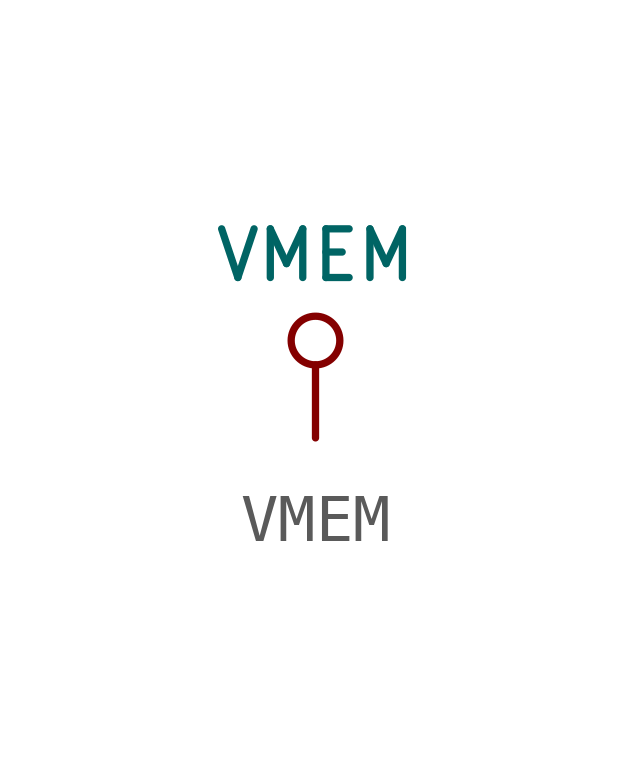
<source format=kicad_sym>
(kicad_symbol_lib
  (version 20211014)
  (generator kicad_symbol_editor)
  (symbol "VMEM"
    (power)
    (pin_names
      (offset 0))
    (property "Reference" "#PWR"
      (at 0 5.08 0)
      (effects (font (size 1.016 1.016)) hide))
    (property "Value" "VMEM"
      (at 0 3.81 0)
      (effects (font (size 1.016 1.016))))
    (symbol "VMEM_0_0"
      (pin power_in line (at 0 0 90) (length 0) hide (name "VMEM" (effects (font (size 1.016 1.016)))) (number "1" (effects (font (size 1.016 1.016))))))
    (symbol "VMEM_0_1"
      (polyline (pts (xy 0 1.524) (xy 0 0)) (stroke (width 0) (type default) (color 0 0 0 0)) (fill (type none)))
      (circle (center 0 2.032) (radius 0.508) (stroke (width 0) (type default) (color 0 0 0 0)) (fill (type none))))))
</source>
